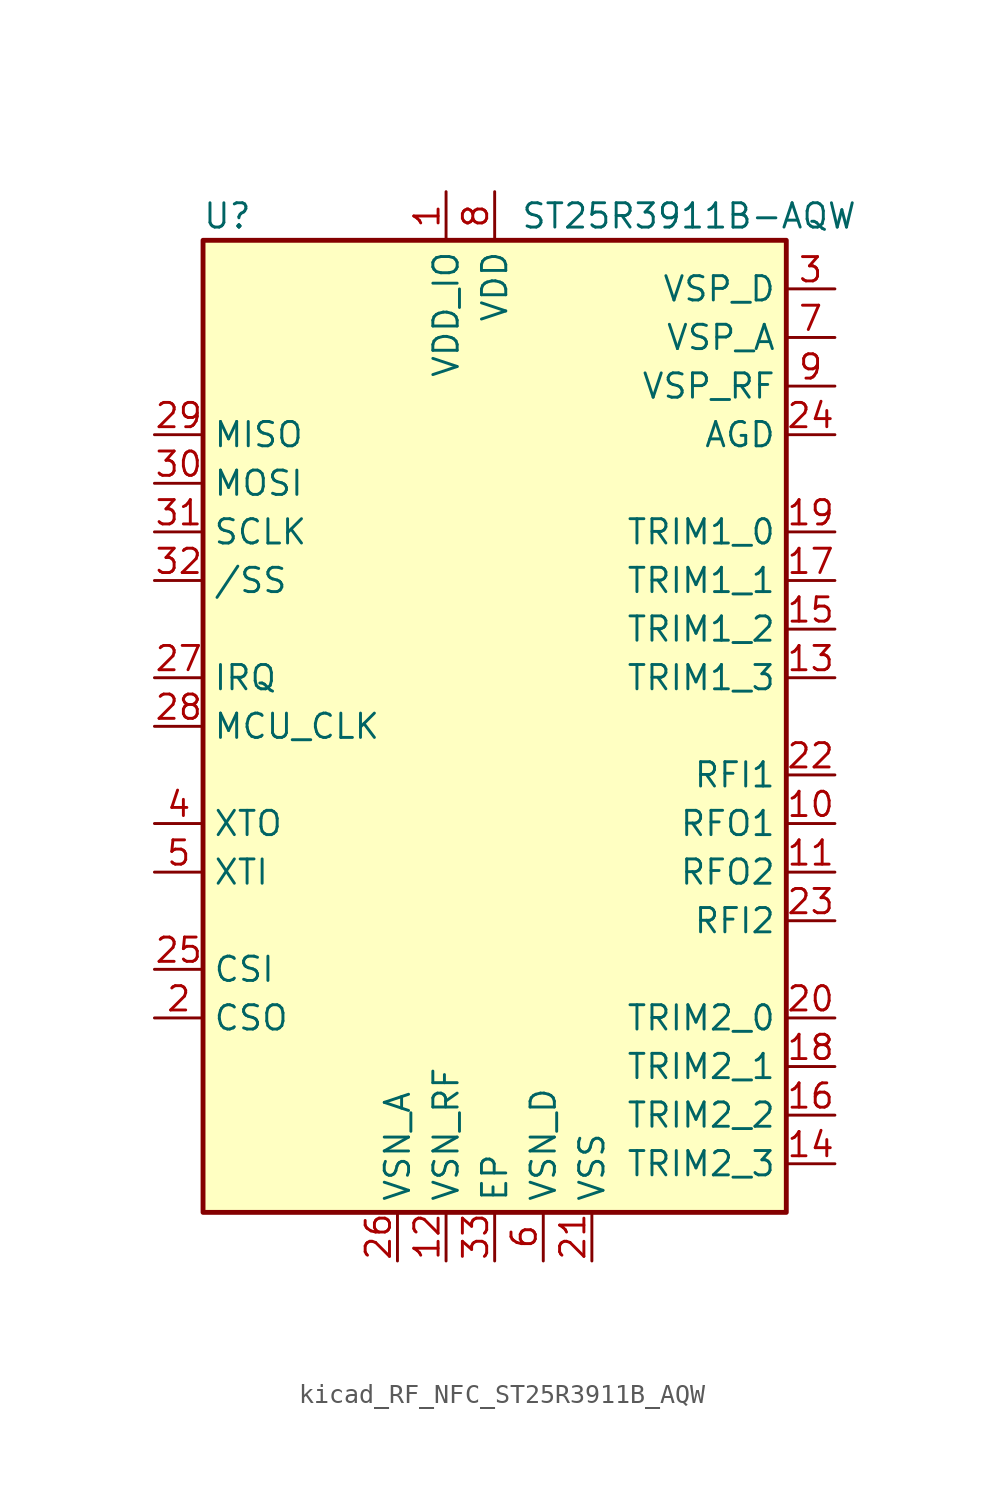
<source format=kicad_sym>
(kicad_symbol_lib
  (version 20220914)
  (generator kicad_symbol_editor)
  (symbol "kicad_RF_NFC_ST25R3911B_AQW"
    (property "Reference" "U"
      (at -13.97 26.67 0)
      (effects (font (size 1.27 1.27))))
    (property "Value" "ST25R3911B-AQW"
      (at 10.16 26.67 0)
      (effects (font (size 1.27 1.27))))
    (symbol "kicad_RF_NFC_ST25R3911B_AQW_0_1"
      (rectangle (start -15.24 25.4) (end 15.24 -25.4) (stroke (width 0.254) (type default)) (fill (type background))))
    (symbol "kicad_RF_NFC_ST25R3911B_AQW_1_1"
      (pin power_in line (at -2.54 27.94 270) (length 2.54) (name "VDD_IO" (effects (font (size 1.27 1.27)))) (number "1" (effects (font (size 1.27 1.27)))))
      (pin output line (at 17.78 -5.08 180) (length 2.54) (name "RFO1" (effects (font (size 1.27 1.27)))) (number "10" (effects (font (size 1.27 1.27)))))
      (pin output line (at 17.78 -7.62 180) (length 2.54) (name "RFO2" (effects (font (size 1.27 1.27)))) (number "11" (effects (font (size 1.27 1.27)))))
      (pin power_in line (at -2.54 -27.94 90) (length 2.54) (name "VSN_RF" (effects (font (size 1.27 1.27)))) (number "12" (effects (font (size 1.27 1.27)))))
      (pin passive line (at 17.78 2.54 180) (length 2.54) (name "TRIM1_3" (effects (font (size 1.27 1.27)))) (number "13" (effects (font (size 1.27 1.27)))))
      (pin passive line (at 17.78 -22.86 180) (length 2.54) (name "TRIM2_3" (effects (font (size 1.27 1.27)))) (number "14" (effects (font (size 1.27 1.27)))))
      (pin passive line (at 17.78 5.08 180) (length 2.54) (name "TRIM1_2" (effects (font (size 1.27 1.27)))) (number "15" (effects (font (size 1.27 1.27)))))
      (pin passive line (at 17.78 -20.32 180) (length 2.54) (name "TRIM2_2" (effects (font (size 1.27 1.27)))) (number "16" (effects (font (size 1.27 1.27)))))
      (pin passive line (at 17.78 7.62 180) (length 2.54) (name "TRIM1_1" (effects (font (size 1.27 1.27)))) (number "17" (effects (font (size 1.27 1.27)))))
      (pin passive line (at 17.78 -17.78 180) (length 2.54) (name "TRIM2_1" (effects (font (size 1.27 1.27)))) (number "18" (effects (font (size 1.27 1.27)))))
      (pin passive line (at 17.78 10.16 180) (length 2.54) (name "TRIM1_0" (effects (font (size 1.27 1.27)))) (number "19" (effects (font (size 1.27 1.27)))))
      (pin output line (at -17.78 -15.24 0) (length 2.54) (name "CSO" (effects (font (size 1.27 1.27)))) (number "2" (effects (font (size 1.27 1.27)))))
      (pin passive line (at 17.78 -15.24 180) (length 2.54) (name "TRIM2_0" (effects (font (size 1.27 1.27)))) (number "20" (effects (font (size 1.27 1.27)))))
      (pin power_in line (at 5.08 -27.94 90) (length 2.54) (name "VSS" (effects (font (size 1.27 1.27)))) (number "21" (effects (font (size 1.27 1.27)))))
      (pin passive line (at 17.78 -2.54 180) (length 2.54) (name "RFI1" (effects (font (size 1.27 1.27)))) (number "22" (effects (font (size 1.27 1.27)))))
      (pin passive line (at 17.78 -10.16 180) (length 2.54) (name "RFI2" (effects (font (size 1.27 1.27)))) (number "23" (effects (font (size 1.27 1.27)))))
      (pin passive line (at 17.78 15.24 180) (length 2.54) (name "AGD" (effects (font (size 1.27 1.27)))) (number "24" (effects (font (size 1.27 1.27)))))
      (pin passive line (at -17.78 -12.7 0) (length 2.54) (name "CSI" (effects (font (size 1.27 1.27)))) (number "25" (effects (font (size 1.27 1.27)))))
      (pin power_in line (at -5.08 -27.94 90) (length 2.54) (name "VSN_A" (effects (font (size 1.27 1.27)))) (number "26" (effects (font (size 1.27 1.27)))))
      (pin output line (at -17.78 2.54 0) (length 2.54) (name "IRQ" (effects (font (size 1.27 1.27)))) (number "27" (effects (font (size 1.27 1.27)))))
      (pin output line (at -17.78 0 0) (length 2.54) (name "MCU_CLK" (effects (font (size 1.27 1.27)))) (number "28" (effects (font (size 1.27 1.27)))))
      (pin output line (at -17.78 15.24 0) (length 2.54) (name "MISO" (effects (font (size 1.27 1.27)))) (number "29" (effects (font (size 1.27 1.27)))))
      (pin power_out line (at 17.78 22.86 180) (length 2.54) (name "VSP_D" (effects (font (size 1.27 1.27)))) (number "3" (effects (font (size 1.27 1.27)))))
      (pin input line (at -17.78 12.7 0) (length 2.54) (name "MOSI" (effects (font (size 1.27 1.27)))) (number "30" (effects (font (size 1.27 1.27)))))
      (pin input line (at -17.78 10.16 0) (length 2.54) (name "SCLK" (effects (font (size 1.27 1.27)))) (number "31" (effects (font (size 1.27 1.27)))))
      (pin input line (at -17.78 7.62 0) (length 2.54) (name "/SS" (effects (font (size 1.27 1.27)))) (number "32" (effects (font (size 1.27 1.27)))))
      (pin power_in line (at 0 -27.94 90) (length 2.54) (name "EP" (effects (font (size 1.27 1.27)))) (number "33" (effects (font (size 1.27 1.27)))))
      (pin output line (at -17.78 -5.08 0) (length 2.54) (name "XTO" (effects (font (size 1.27 1.27)))) (number "4" (effects (font (size 1.27 1.27)))))
      (pin passive line (at -17.78 -7.62 0) (length 2.54) (name "XTI" (effects (font (size 1.27 1.27)))) (number "5" (effects (font (size 1.27 1.27)))))
      (pin power_in line (at 2.54 -27.94 90) (length 2.54) (name "VSN_D" (effects (font (size 1.27 1.27)))) (number "6" (effects (font (size 1.27 1.27)))))
      (pin power_out line (at 17.78 20.32 180) (length 2.54) (name "VSP_A" (effects (font (size 1.27 1.27)))) (number "7" (effects (font (size 1.27 1.27)))))
      (pin power_in line (at 0 27.94 270) (length 2.54) (name "VDD" (effects (font (size 1.27 1.27)))) (number "8" (effects (font (size 1.27 1.27)))))
      (pin power_out line (at 17.78 17.78 180) (length 2.54) (name "VSP_RF" (effects (font (size 1.27 1.27)))) (number "9" (effects (font (size 1.27 1.27))))))))
</source>
